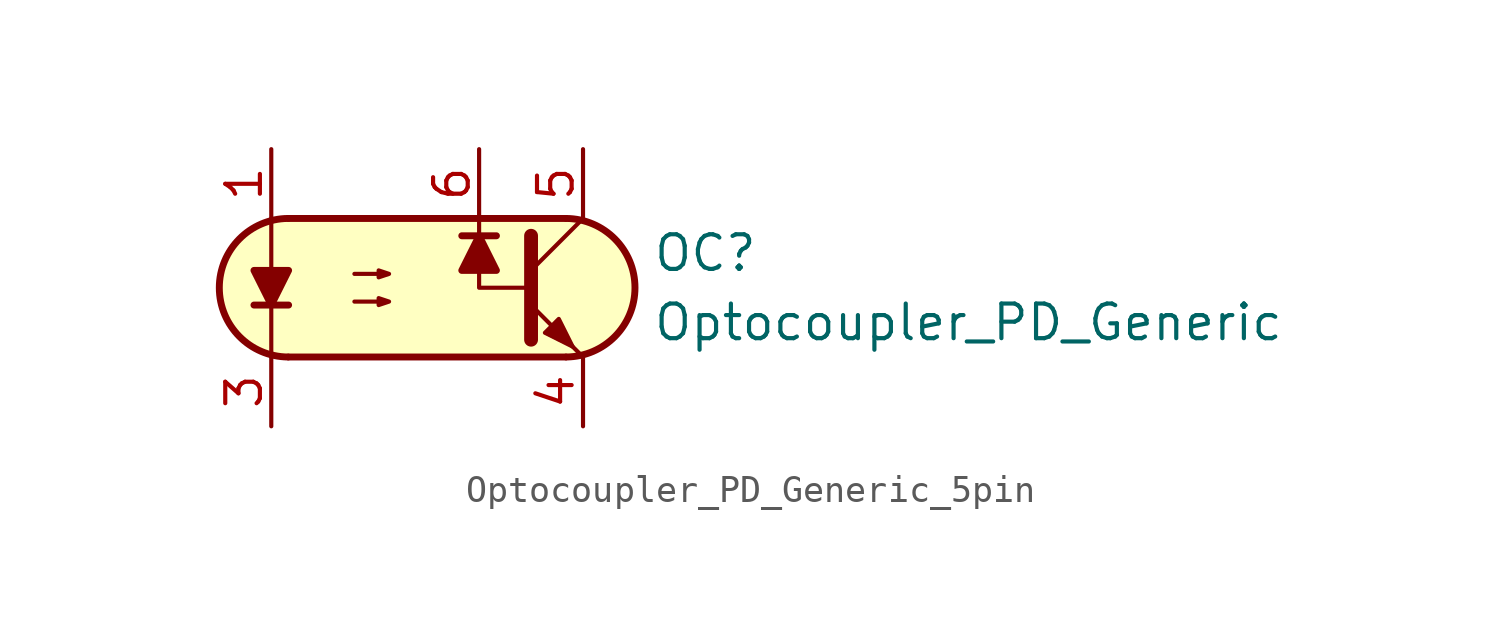
<source format=kicad_sym>
(kicad_symbol_lib
  (version 20231120)
  (generator "kicad_symbol_editor")
  (generator_version "8.0")
  (symbol "Optocoupler_PD_Generic_5pin"
    (pin_names
      (offset 1.016))
    (property "Reference" "OC"
      (at 8.89 1.27 0)
      (effects (font (size 1.27 1.27)) (justify left)))
    (property "Value" "Optocoupler_PD_Generic"
      (at 8.89 -1.27 0)
      (effects (font (size 1.27 1.27)) (justify left)))
    (symbol "Optocoupler_PD_Generic_5pin_0_1"
      (arc (start -4.4675 2.54) (mid -6.9851 0) (end -4.4675 -2.54) (stroke (width 0.254) (type default)) (fill (type none)))
      (polyline (pts (xy -5.715 -0.635) (xy -4.445 -0.635)) (stroke (width 0.254) (type default)) (fill (type none)))
      (polyline (pts (xy -5.08 2.54) (xy -5.08 -2.54)) (stroke (width 0.152) (type default)) (fill (type none)))
      (polyline (pts (xy -4.445 2.54) (xy 5.715 2.54)) (stroke (width 0.254) (type default)) (fill (type none)))
      (polyline (pts (xy 4.445 0.635) (xy 6.35 2.54)) (stroke (width 0) (type default)) (fill (type none)))
      (polyline (pts (xy 5.715 -2.54) (xy -4.445 -2.54)) (stroke (width 0.254) (type default)) (fill (type none)))
      (polyline (pts (xy 6.35 -2.54) (xy 4.445 -0.635)) (stroke (width 0) (type default)) (fill (type outline)))
      (polyline (pts (xy 4.445 0) (xy 2.54 0) (xy 2.54 2.54)) (stroke (width 0.152) (type default)) (fill (type none)))
      (polyline (pts (xy 4.445 1.905) (xy 4.445 -1.905) (xy 4.445 -1.905)) (stroke (width 0.508) (type default)) (fill (type none)))
      (polyline (pts (xy -5.08 -0.635) (xy -5.715 0.635) (xy -4.445 0.635) (xy -5.08 -0.635)) (stroke (width 0.254) (type default)) (fill (type outline)))
      (polyline (pts (xy -2.032 -0.508) (xy -0.762 -0.508) (xy -1.143 -0.635) (xy -1.143 -0.381) (xy -0.762 -0.508)) (stroke (width 0) (type default)) (fill (type none)))
      (polyline (pts (xy -2.032 0.508) (xy -0.762 0.508) (xy -1.143 0.381) (xy -1.143 0.635) (xy -0.762 0.508)) (stroke (width 0) (type default)) (fill (type none)))
      (polyline (pts (xy 4.953 -1.651) (xy 5.461 -1.143) (xy 5.969 -2.159) (xy 4.953 -1.651) (xy 4.953 -1.651)) (stroke (width 0) (type default)) (fill (type outline)))
      (polyline (pts (xy -5.08 2.54) (xy 3.556 2.54) (xy 4.826 2.54) (xy 6.096 2.54) (xy 7.112 2.159) (xy 8.001 1.143) (xy 8.255 0.127) (xy 8.128 -0.762) (xy 7.747 -1.524) (xy 7.366 -1.905) (xy 6.858 -2.286) (xy 5.969 -2.54) (xy -4.699 -2.54) (xy -5.969 -2.032) (xy -6.731 -1.143) (xy -6.985 -0.127) (xy -6.858 0.889) (xy -6.223 1.778) (xy -5.461 2.286) (xy -4.445 2.54) (xy -4.318 2.54) (xy -4.191 2.54) (xy -5.08 2.54)) (stroke (width 0.01) (type default)) (fill (type background)))
      (arc (start 5.7375 -2.54) (mid 8.2551 0) (end 5.7375 2.54) (stroke (width 0.254) (type default)) (fill (type none))))
    (symbol "Optocoupler_PD_Generic_5pin_1_1"
      (polyline (pts (xy 3.175 1.905) (xy 1.905 1.905)) (stroke (width 0.254) (type default)) (fill (type none)))
      (polyline (pts (xy 2.54 1.905) (xy 3.175 0.635) (xy 1.905 0.635) (xy 2.54 1.905)) (stroke (width 0.254) (type default)) (fill (type outline)))
      (pin passive line (at -5.08 5.08 270) (length 2.54) (name "~" (effects (font (size 1.27 1.27)))) (number "1" (effects (font (size 1.27 1.27)))))
      (pin passive line (at -5.08 -5.08 90) (length 2.54) (name "~" (effects (font (size 1.27 1.27)))) (number "3" (effects (font (size 1.27 1.27)))))
      (pin passive line (at 6.35 -5.08 90) (length 2.54) (name "~" (effects (font (size 1.27 1.27)))) (number "4" (effects (font (size 1.27 1.27)))))
      (pin passive line (at 6.35 5.08 270) (length 2.54) (name "~" (effects (font (size 1.27 1.27)))) (number "5" (effects (font (size 1.27 1.27)))))
      (pin passive line (at 2.54 5.08 270) (length 2.54) (name "~" (effects (font (size 1.27 1.27)))) (number "6" (effects (font (size 1.27 1.27))))))))
</source>
